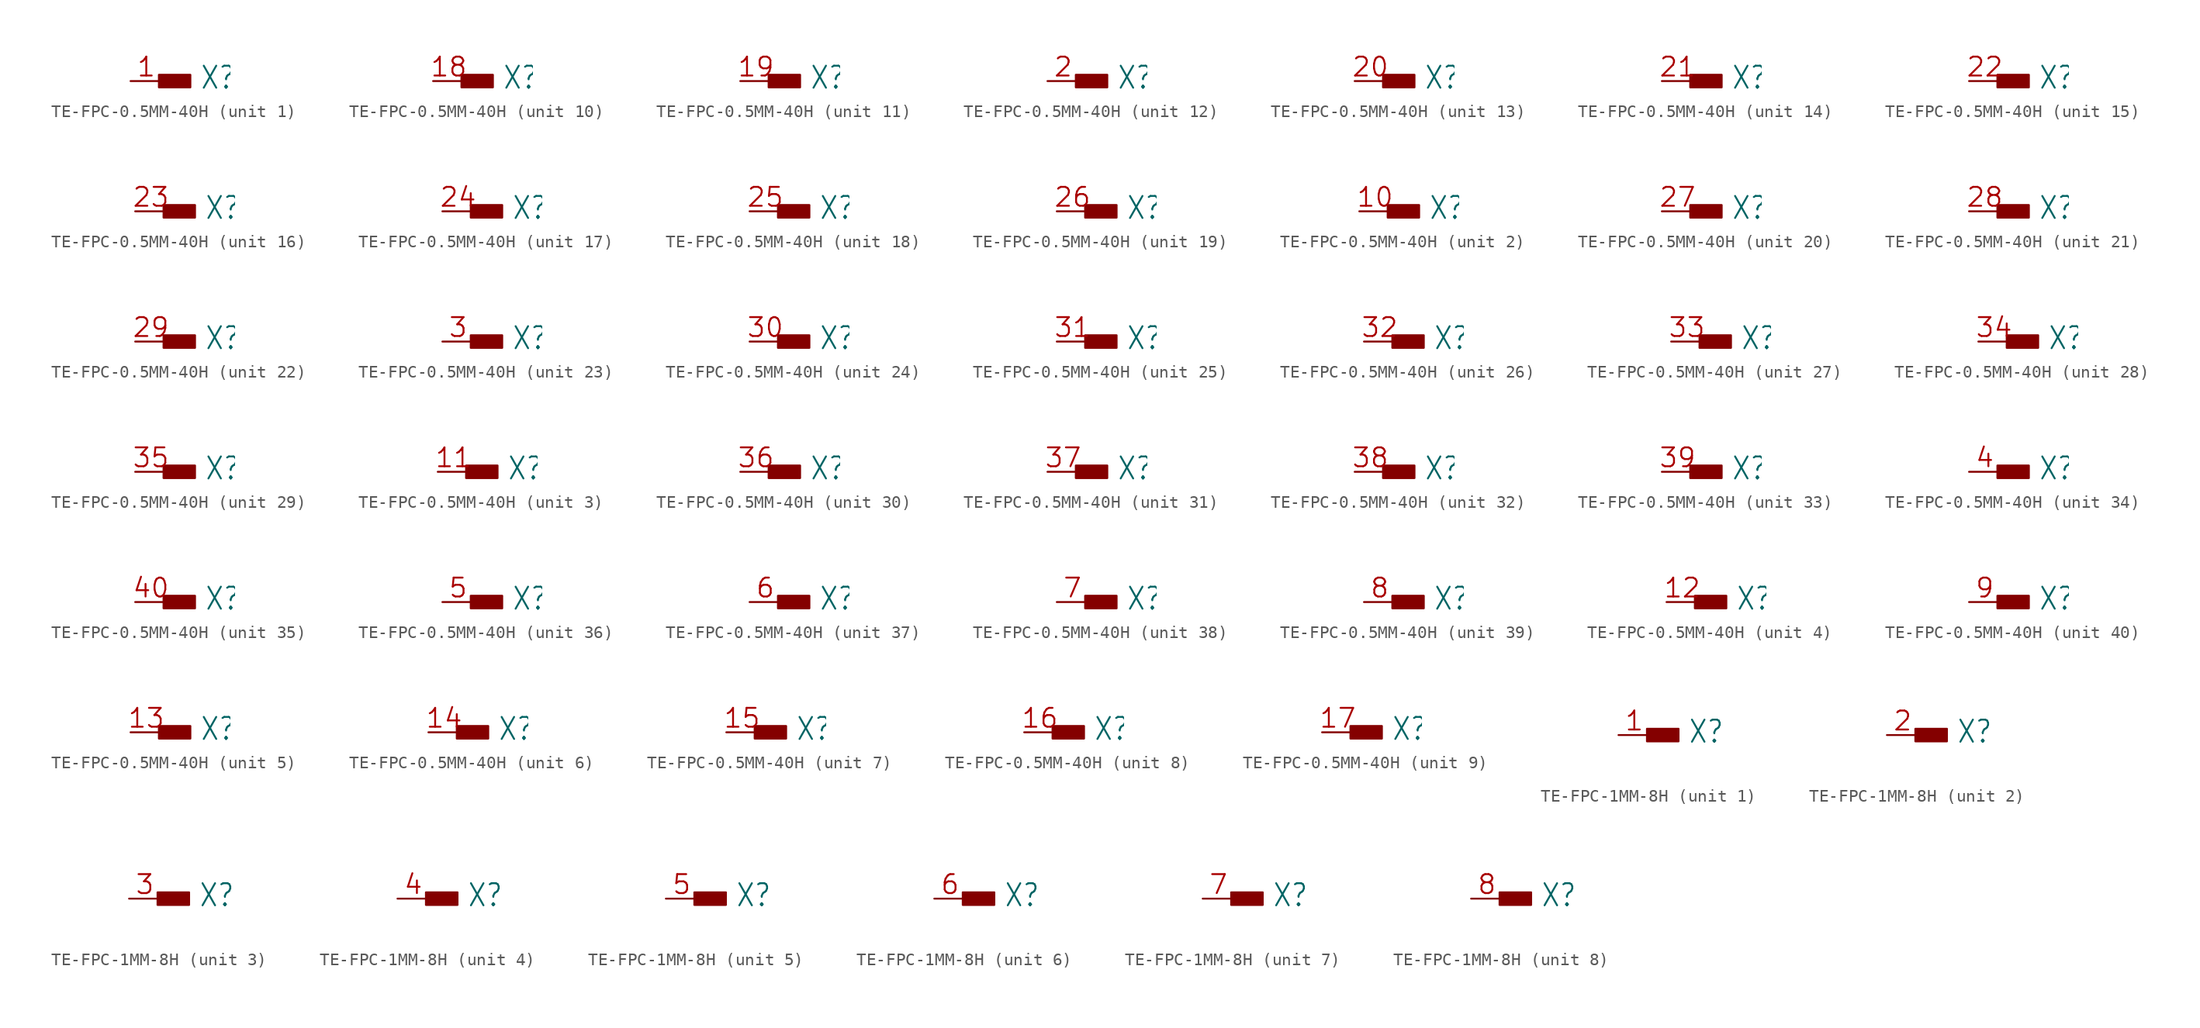
<source format=kicad_sym>
(kicad_symbol_lib
  (version 20241209)
  (generator "kicad_symbol_editor")
  (generator_version "9.0")
  (symbol "TE-FPC-0.5MM-40H"
    (property "Reference" "X"
      (at 5.588 -0.762 0)
      (effects (font (size 1.778 1.511)) (justify left bottom)))
    (property "ki_locked" ""
      (at 0 0 0)
      (effects (font (size 1.27 1.27))))
    (symbol "TE-FPC-0.5MM-40H_1_0"
      (rectangle (start 2.286 -0.508) (end 4.826 0.508) (stroke (width 0) (type default)) (fill (type outline)))
      (pin bidirectional line (at 0 0 0) (length 2.54) (name "-1" (effects (font (size 0 0)))) (number "1" (effects (font (size 1.524 1.524))))))
    (symbol "TE-FPC-0.5MM-40H_2_0"
      (rectangle (start 2.286 -0.508) (end 4.826 0.508) (stroke (width 0) (type default)) (fill (type outline)))
      (pin bidirectional line (at 0 0 0) (length 2.54) (name "-1" (effects (font (size 0 0)))) (number "10" (effects (font (size 1.524 1.524))))))
    (symbol "TE-FPC-0.5MM-40H_3_0"
      (rectangle (start 2.286 -0.508) (end 4.826 0.508) (stroke (width 0) (type default)) (fill (type outline)))
      (pin bidirectional line (at 0 0 0) (length 2.54) (name "-1" (effects (font (size 0 0)))) (number "11" (effects (font (size 1.524 1.524))))))
    (symbol "TE-FPC-0.5MM-40H_4_0"
      (rectangle (start 2.286 -0.508) (end 4.826 0.508) (stroke (width 0) (type default)) (fill (type outline)))
      (pin bidirectional line (at 0 0 0) (length 2.54) (name "-1" (effects (font (size 0 0)))) (number "12" (effects (font (size 1.524 1.524))))))
    (symbol "TE-FPC-0.5MM-40H_5_0"
      (rectangle (start 2.286 -0.508) (end 4.826 0.508) (stroke (width 0) (type default)) (fill (type outline)))
      (pin bidirectional line (at 0 0 0) (length 2.54) (name "-1" (effects (font (size 0 0)))) (number "13" (effects (font (size 1.524 1.524))))))
    (symbol "TE-FPC-0.5MM-40H_6_0"
      (rectangle (start 2.286 -0.508) (end 4.826 0.508) (stroke (width 0) (type default)) (fill (type outline)))
      (pin bidirectional line (at 0 0 0) (length 2.54) (name "-1" (effects (font (size 0 0)))) (number "14" (effects (font (size 1.524 1.524))))))
    (symbol "TE-FPC-0.5MM-40H_7_0"
      (rectangle (start 2.286 -0.508) (end 4.826 0.508) (stroke (width 0) (type default)) (fill (type outline)))
      (pin bidirectional line (at 0 0 0) (length 2.54) (name "-1" (effects (font (size 0 0)))) (number "15" (effects (font (size 1.524 1.524))))))
    (symbol "TE-FPC-0.5MM-40H_8_0"
      (rectangle (start 2.286 -0.508) (end 4.826 0.508) (stroke (width 0) (type default)) (fill (type outline)))
      (pin bidirectional line (at 0 0 0) (length 2.54) (name "-1" (effects (font (size 0 0)))) (number "16" (effects (font (size 1.524 1.524))))))
    (symbol "TE-FPC-0.5MM-40H_9_0"
      (rectangle (start 2.286 -0.508) (end 4.826 0.508) (stroke (width 0) (type default)) (fill (type outline)))
      (pin bidirectional line (at 0 0 0) (length 2.54) (name "-1" (effects (font (size 0 0)))) (number "17" (effects (font (size 1.524 1.524))))))
    (symbol "TE-FPC-0.5MM-40H_10_0"
      (rectangle (start 2.286 -0.508) (end 4.826 0.508) (stroke (width 0) (type default)) (fill (type outline)))
      (pin bidirectional line (at 0 0 0) (length 2.54) (name "-1" (effects (font (size 0 0)))) (number "18" (effects (font (size 1.524 1.524))))))
    (symbol "TE-FPC-0.5MM-40H_11_0"
      (rectangle (start 2.286 -0.508) (end 4.826 0.508) (stroke (width 0) (type default)) (fill (type outline)))
      (pin bidirectional line (at 0 0 0) (length 2.54) (name "-1" (effects (font (size 0 0)))) (number "19" (effects (font (size 1.524 1.524))))))
    (symbol "TE-FPC-0.5MM-40H_12_0"
      (rectangle (start 2.286 -0.508) (end 4.826 0.508) (stroke (width 0) (type default)) (fill (type outline)))
      (pin bidirectional line (at 0 0 0) (length 2.54) (name "-1" (effects (font (size 0 0)))) (number "2" (effects (font (size 1.524 1.524))))))
    (symbol "TE-FPC-0.5MM-40H_13_0"
      (rectangle (start 2.286 -0.508) (end 4.826 0.508) (stroke (width 0) (type default)) (fill (type outline)))
      (pin bidirectional line (at 0 0 0) (length 2.54) (name "-1" (effects (font (size 0 0)))) (number "20" (effects (font (size 1.524 1.524))))))
    (symbol "TE-FPC-0.5MM-40H_14_0"
      (rectangle (start 2.286 -0.508) (end 4.826 0.508) (stroke (width 0) (type default)) (fill (type outline)))
      (pin bidirectional line (at 0 0 0) (length 2.54) (name "-1" (effects (font (size 0 0)))) (number "21" (effects (font (size 1.524 1.524))))))
    (symbol "TE-FPC-0.5MM-40H_15_0"
      (rectangle (start 2.286 -0.508) (end 4.826 0.508) (stroke (width 0) (type default)) (fill (type outline)))
      (pin bidirectional line (at 0 0 0) (length 2.54) (name "-1" (effects (font (size 0 0)))) (number "22" (effects (font (size 1.524 1.524))))))
    (symbol "TE-FPC-0.5MM-40H_16_0"
      (rectangle (start 2.286 -0.508) (end 4.826 0.508) (stroke (width 0) (type default)) (fill (type outline)))
      (pin bidirectional line (at 0 0 0) (length 2.54) (name "-1" (effects (font (size 0 0)))) (number "23" (effects (font (size 1.524 1.524))))))
    (symbol "TE-FPC-0.5MM-40H_17_0"
      (rectangle (start 2.286 -0.508) (end 4.826 0.508) (stroke (width 0) (type default)) (fill (type outline)))
      (pin bidirectional line (at 0 0 0) (length 2.54) (name "-1" (effects (font (size 0 0)))) (number "24" (effects (font (size 1.524 1.524))))))
    (symbol "TE-FPC-0.5MM-40H_18_0"
      (rectangle (start 2.286 -0.508) (end 4.826 0.508) (stroke (width 0) (type default)) (fill (type outline)))
      (pin bidirectional line (at 0 0 0) (length 2.54) (name "-1" (effects (font (size 0 0)))) (number "25" (effects (font (size 1.524 1.524))))))
    (symbol "TE-FPC-0.5MM-40H_19_0"
      (rectangle (start 2.286 -0.508) (end 4.826 0.508) (stroke (width 0) (type default)) (fill (type outline)))
      (pin bidirectional line (at 0 0 0) (length 2.54) (name "-1" (effects (font (size 0 0)))) (number "26" (effects (font (size 1.524 1.524))))))
    (symbol "TE-FPC-0.5MM-40H_20_0"
      (rectangle (start 2.286 -0.508) (end 4.826 0.508) (stroke (width 0) (type default)) (fill (type outline)))
      (pin bidirectional line (at 0 0 0) (length 2.54) (name "-1" (effects (font (size 0 0)))) (number "27" (effects (font (size 1.524 1.524))))))
    (symbol "TE-FPC-0.5MM-40H_21_0"
      (rectangle (start 2.286 -0.508) (end 4.826 0.508) (stroke (width 0) (type default)) (fill (type outline)))
      (pin bidirectional line (at 0 0 0) (length 2.54) (name "-1" (effects (font (size 0 0)))) (number "28" (effects (font (size 1.524 1.524))))))
    (symbol "TE-FPC-0.5MM-40H_22_0"
      (rectangle (start 2.286 -0.508) (end 4.826 0.508) (stroke (width 0) (type default)) (fill (type outline)))
      (pin bidirectional line (at 0 0 0) (length 2.54) (name "-1" (effects (font (size 0 0)))) (number "29" (effects (font (size 1.524 1.524))))))
    (symbol "TE-FPC-0.5MM-40H_23_0"
      (rectangle (start 2.286 -0.508) (end 4.826 0.508) (stroke (width 0) (type default)) (fill (type outline)))
      (pin bidirectional line (at 0 0 0) (length 2.54) (name "-1" (effects (font (size 0 0)))) (number "3" (effects (font (size 1.524 1.524))))))
    (symbol "TE-FPC-0.5MM-40H_24_0"
      (rectangle (start 2.286 -0.508) (end 4.826 0.508) (stroke (width 0) (type default)) (fill (type outline)))
      (pin bidirectional line (at 0 0 0) (length 2.54) (name "-1" (effects (font (size 0 0)))) (number "30" (effects (font (size 1.524 1.524))))))
    (symbol "TE-FPC-0.5MM-40H_25_0"
      (rectangle (start 2.286 -0.508) (end 4.826 0.508) (stroke (width 0) (type default)) (fill (type outline)))
      (pin bidirectional line (at 0 0 0) (length 2.54) (name "-1" (effects (font (size 0 0)))) (number "31" (effects (font (size 1.524 1.524))))))
    (symbol "TE-FPC-0.5MM-40H_26_0"
      (rectangle (start 2.286 -0.508) (end 4.826 0.508) (stroke (width 0) (type default)) (fill (type outline)))
      (pin bidirectional line (at 0 0 0) (length 2.54) (name "-1" (effects (font (size 0 0)))) (number "32" (effects (font (size 1.524 1.524))))))
    (symbol "TE-FPC-0.5MM-40H_27_0"
      (rectangle (start 2.286 -0.508) (end 4.826 0.508) (stroke (width 0) (type default)) (fill (type outline)))
      (pin bidirectional line (at 0 0 0) (length 2.54) (name "-1" (effects (font (size 0 0)))) (number "33" (effects (font (size 1.524 1.524))))))
    (symbol "TE-FPC-0.5MM-40H_28_0"
      (rectangle (start 2.286 -0.508) (end 4.826 0.508) (stroke (width 0) (type default)) (fill (type outline)))
      (pin bidirectional line (at 0 0 0) (length 2.54) (name "-1" (effects (font (size 0 0)))) (number "34" (effects (font (size 1.524 1.524))))))
    (symbol "TE-FPC-0.5MM-40H_29_0"
      (rectangle (start 2.286 -0.508) (end 4.826 0.508) (stroke (width 0) (type default)) (fill (type outline)))
      (pin bidirectional line (at 0 0 0) (length 2.54) (name "-1" (effects (font (size 0 0)))) (number "35" (effects (font (size 1.524 1.524))))))
    (symbol "TE-FPC-0.5MM-40H_30_0"
      (rectangle (start 2.286 -0.508) (end 4.826 0.508) (stroke (width 0) (type default)) (fill (type outline)))
      (pin bidirectional line (at 0 0 0) (length 2.54) (name "-1" (effects (font (size 0 0)))) (number "36" (effects (font (size 1.524 1.524))))))
    (symbol "TE-FPC-0.5MM-40H_31_0"
      (rectangle (start 2.286 -0.508) (end 4.826 0.508) (stroke (width 0) (type default)) (fill (type outline)))
      (pin bidirectional line (at 0 0 0) (length 2.54) (name "-1" (effects (font (size 0 0)))) (number "37" (effects (font (size 1.524 1.524))))))
    (symbol "TE-FPC-0.5MM-40H_32_0"
      (rectangle (start 2.286 -0.508) (end 4.826 0.508) (stroke (width 0) (type default)) (fill (type outline)))
      (pin bidirectional line (at 0 0 0) (length 2.54) (name "-1" (effects (font (size 0 0)))) (number "38" (effects (font (size 1.524 1.524))))))
    (symbol "TE-FPC-0.5MM-40H_33_0"
      (rectangle (start 2.286 -0.508) (end 4.826 0.508) (stroke (width 0) (type default)) (fill (type outline)))
      (pin bidirectional line (at 0 0 0) (length 2.54) (name "-1" (effects (font (size 0 0)))) (number "39" (effects (font (size 1.524 1.524))))))
    (symbol "TE-FPC-0.5MM-40H_34_0"
      (rectangle (start 2.286 -0.508) (end 4.826 0.508) (stroke (width 0) (type default)) (fill (type outline)))
      (pin bidirectional line (at 0 0 0) (length 2.54) (name "-1" (effects (font (size 0 0)))) (number "4" (effects (font (size 1.524 1.524))))))
    (symbol "TE-FPC-0.5MM-40H_35_0"
      (rectangle (start 2.286 -0.508) (end 4.826 0.508) (stroke (width 0) (type default)) (fill (type outline)))
      (pin bidirectional line (at 0 0 0) (length 2.54) (name "-1" (effects (font (size 0 0)))) (number "40" (effects (font (size 1.524 1.524))))))
    (symbol "TE-FPC-0.5MM-40H_36_0"
      (rectangle (start 2.286 -0.508) (end 4.826 0.508) (stroke (width 0) (type default)) (fill (type outline)))
      (pin bidirectional line (at 0 0 0) (length 2.54) (name "-1" (effects (font (size 0 0)))) (number "5" (effects (font (size 1.524 1.524))))))
    (symbol "TE-FPC-0.5MM-40H_37_0"
      (rectangle (start 2.286 -0.508) (end 4.826 0.508) (stroke (width 0) (type default)) (fill (type outline)))
      (pin bidirectional line (at 0 0 0) (length 2.54) (name "-1" (effects (font (size 0 0)))) (number "6" (effects (font (size 1.524 1.524))))))
    (symbol "TE-FPC-0.5MM-40H_38_0"
      (rectangle (start 2.286 -0.508) (end 4.826 0.508) (stroke (width 0) (type default)) (fill (type outline)))
      (pin bidirectional line (at 0 0 0) (length 2.54) (name "-1" (effects (font (size 0 0)))) (number "7" (effects (font (size 1.524 1.524))))))
    (symbol "TE-FPC-0.5MM-40H_39_0"
      (rectangle (start 2.286 -0.508) (end 4.826 0.508) (stroke (width 0) (type default)) (fill (type outline)))
      (pin bidirectional line (at 0 0 0) (length 2.54) (name "-1" (effects (font (size 0 0)))) (number "8" (effects (font (size 1.524 1.524))))))
    (symbol "TE-FPC-0.5MM-40H_40_0"
      (rectangle (start 2.286 -0.508) (end 4.826 0.508) (stroke (width 0) (type default)) (fill (type outline)))
      (pin bidirectional line (at 0 0 0) (length 2.54) (name "-1" (effects (font (size 0 0)))) (number "9" (effects (font (size 1.524 1.524)))))))
  (symbol "TE-FPC-1MM-8H"
    (property "Reference" "X"
      (at 5.588 -0.762 0)
      (effects (font (size 1.778 1.511)) (justify left bottom)))
    (property "Value" ""
      (at -2.54 -3.302 0)
      (effects (font (size 1.778 1.511)) (justify left bottom)))
    (property "ki_locked" ""
      (at 0 0 0)
      (effects (font (size 1.27 1.27))))
    (symbol "TE-FPC-1MM-8H_1_0"
      (rectangle (start 2.286 -0.508) (end 4.826 0.508) (stroke (width 0) (type default)) (fill (type outline)))
      (pin bidirectional line (at 0 0 0) (length 2.54) (name "-1" (effects (font (size 0 0)))) (number "1" (effects (font (size 1.524 1.524))))))
    (symbol "TE-FPC-1MM-8H_2_0"
      (rectangle (start 2.286 -0.508) (end 4.826 0.508) (stroke (width 0) (type default)) (fill (type outline)))
      (pin bidirectional line (at 0 0 0) (length 2.54) (name "-1" (effects (font (size 0 0)))) (number "2" (effects (font (size 1.524 1.524))))))
    (symbol "TE-FPC-1MM-8H_3_0"
      (rectangle (start 2.286 -0.508) (end 4.826 0.508) (stroke (width 0) (type default)) (fill (type outline)))
      (pin bidirectional line (at 0 0 0) (length 2.54) (name "-1" (effects (font (size 0 0)))) (number "3" (effects (font (size 1.524 1.524))))))
    (symbol "TE-FPC-1MM-8H_4_0"
      (rectangle (start 2.286 -0.508) (end 4.826 0.508) (stroke (width 0) (type default)) (fill (type outline)))
      (pin bidirectional line (at 0 0 0) (length 2.54) (name "-1" (effects (font (size 0 0)))) (number "4" (effects (font (size 1.524 1.524))))))
    (symbol "TE-FPC-1MM-8H_5_0"
      (rectangle (start 2.286 -0.508) (end 4.826 0.508) (stroke (width 0) (type default)) (fill (type outline)))
      (pin bidirectional line (at 0 0 0) (length 2.54) (name "-1" (effects (font (size 0 0)))) (number "5" (effects (font (size 1.524 1.524))))))
    (symbol "TE-FPC-1MM-8H_6_0"
      (rectangle (start 2.286 -0.508) (end 4.826 0.508) (stroke (width 0) (type default)) (fill (type outline)))
      (pin bidirectional line (at 0 0 0) (length 2.54) (name "-1" (effects (font (size 0 0)))) (number "6" (effects (font (size 1.524 1.524))))))
    (symbol "TE-FPC-1MM-8H_7_0"
      (rectangle (start 2.286 -0.508) (end 4.826 0.508) (stroke (width 0) (type default)) (fill (type outline)))
      (pin bidirectional line (at 0 0 0) (length 2.54) (name "-1" (effects (font (size 0 0)))) (number "7" (effects (font (size 1.524 1.524))))))
    (symbol "TE-FPC-1MM-8H_8_0"
      (rectangle (start 2.286 -0.508) (end 4.826 0.508) (stroke (width 0) (type default)) (fill (type outline)))
      (pin bidirectional line (at 0 0 0) (length 2.54) (name "-1" (effects (font (size 0 0)))) (number "8" (effects (font (size 1.524 1.524))))))))
</source>
